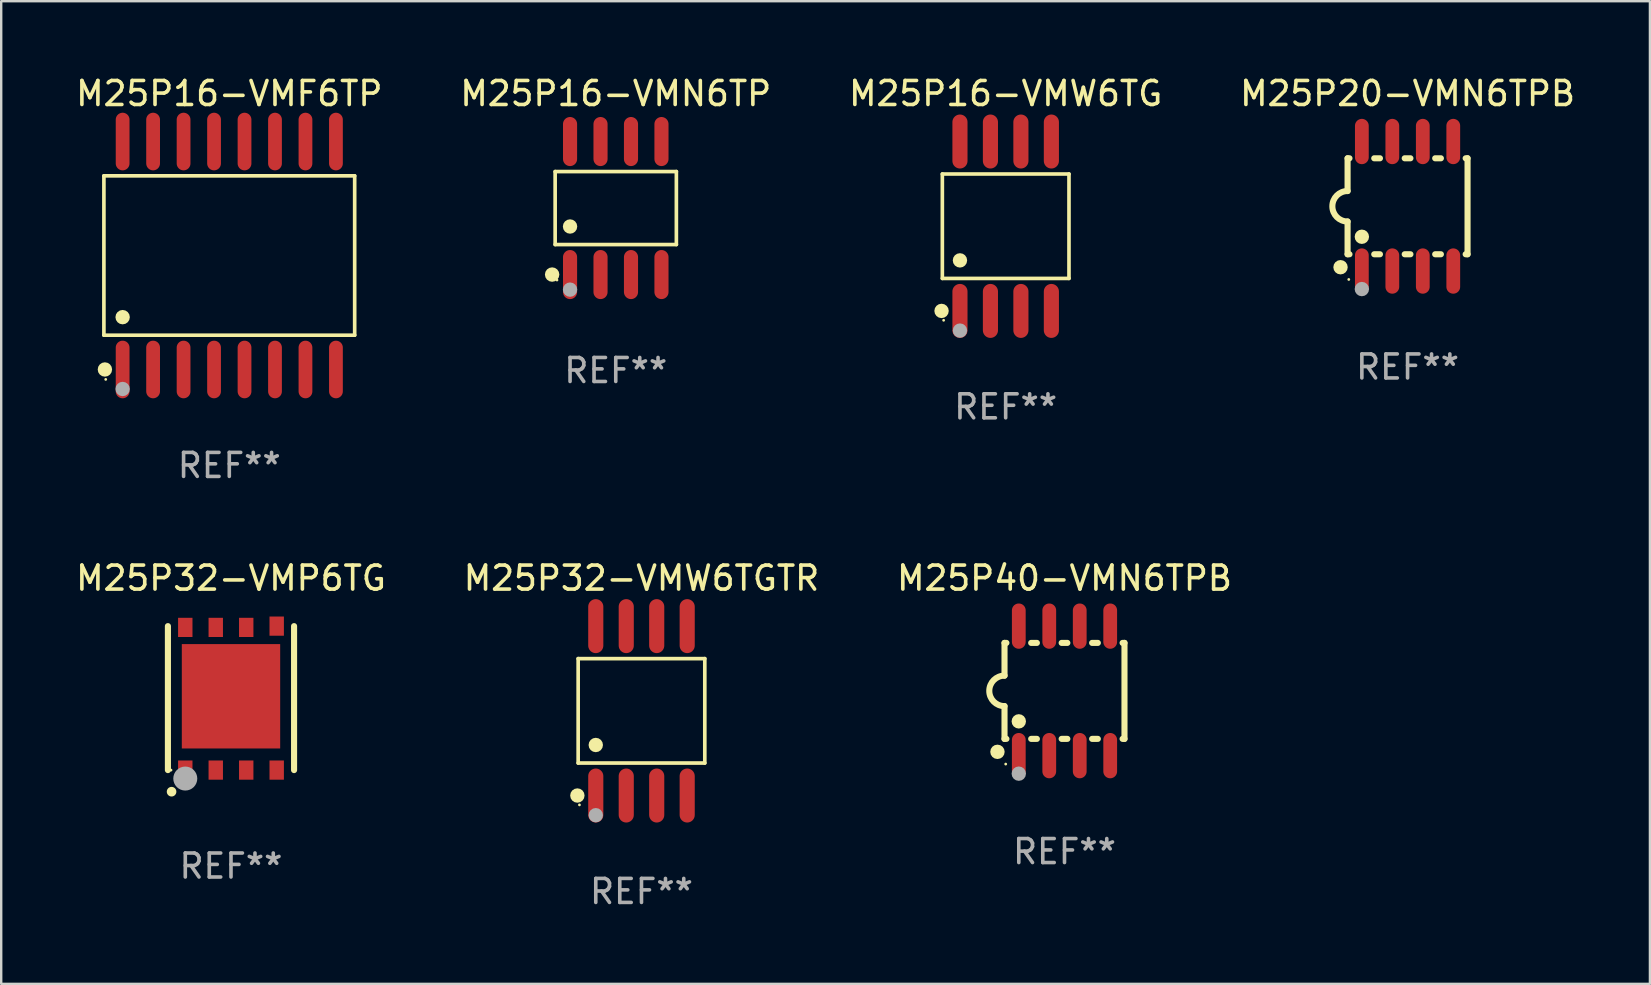
<source format=kicad_pcb>
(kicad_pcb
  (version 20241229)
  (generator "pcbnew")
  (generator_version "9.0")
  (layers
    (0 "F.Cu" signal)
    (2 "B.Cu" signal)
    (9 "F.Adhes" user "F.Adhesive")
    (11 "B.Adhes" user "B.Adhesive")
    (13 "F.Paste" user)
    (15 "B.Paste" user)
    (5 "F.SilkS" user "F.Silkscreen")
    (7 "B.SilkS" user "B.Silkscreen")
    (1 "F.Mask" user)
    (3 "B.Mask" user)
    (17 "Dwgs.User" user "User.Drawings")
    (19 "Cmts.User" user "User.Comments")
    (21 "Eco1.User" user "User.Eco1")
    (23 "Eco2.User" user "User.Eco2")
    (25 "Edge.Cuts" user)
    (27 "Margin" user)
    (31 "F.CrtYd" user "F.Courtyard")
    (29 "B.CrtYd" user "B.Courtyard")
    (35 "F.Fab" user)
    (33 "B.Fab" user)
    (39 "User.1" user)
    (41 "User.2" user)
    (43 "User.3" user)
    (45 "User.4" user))
  (footprint "M25P20-VMN6TPB"
    (layer "F.Cu")
    (at 55.613 5.547)
    (property "Reference" "M25P20-VMN6TPB" (at 0 -4.699 0) (layer "F.SilkS") (effects (font (size 1 1) (thickness 0.15))))
    (attr through_hole)
    (fp_line (start -2.5 -2) (end -2.5 -0.635) (stroke (width 0.254) (type solid)) (layer "F.SilkS"))
    (fp_line (start -2.5 -2) (end -2.421 -2) (stroke (width 0.254) (type solid)) (layer "F.SilkS"))
    (fp_line (start -2.5 2) (end -2.5 0.635) (stroke (width 0.254) (type solid)) (layer "F.SilkS"))
    (fp_line (start -2.5 2) (end -2.421 2) (stroke (width 0.254) (type solid)) (layer "F.SilkS"))
    (fp_line (start -1.389 -2) (end -1.151 -2) (stroke (width 0.254) (type solid)) (layer "F.SilkS"))
    (fp_line (start -1.389 2) (end -1.151 2) (stroke (width 0.254) (type solid)) (layer "F.SilkS"))
    (fp_line (start -0.119 -2) (end 0.119 -2) (stroke (width 0.254) (type solid)) (layer "F.SilkS"))
    (fp_line (start -0.119 2) (end 0.119 2) (stroke (width 0.254) (type solid)) (layer "F.SilkS"))
    (fp_line (start 1.151 -2) (end 1.389 -2) (stroke (width 0.254) (type solid)) (layer "F.SilkS"))
    (fp_line (start 1.151 2) (end 1.389 2) (stroke (width 0.254) (type solid)) (layer "F.SilkS"))
    (fp_line (start 2.421 -2) (end 2.5 -2) (stroke (width 0.254) (type solid)) (layer "F.SilkS"))
    (fp_line (start 2.421 2) (end 2.5 2) (stroke (width 0.254) (type solid)) (layer "F.SilkS"))
    (fp_line (start 2.5 -2) (end 2.5 2) (stroke (width 0.254) (type solid)) (layer "F.SilkS"))
    (fp_arc (start -2.5 0.635001) (mid -3.134366 -0.000318) (end -2.499365 -0.635001) (stroke (width 0.254001) (type solid)) (layer "F.SilkS"))
    (fp_circle (center -2.794 2.54) (end -2.644 2.54) (stroke (width 0.3) (type solid)) (fill no) (layer "F.SilkS"))
    (fp_circle (center -2.45 3.05) (end -2.42 3.05) (stroke (width 0.06) (type solid)) (fill no) (layer "F.SilkS"))
    (fp_circle (center -1.905 1.27) (end -1.755 1.27) (stroke (width 0.3) (type solid)) (fill no) (layer "F.SilkS"))
    (fp_circle (center -1.905 3.45) (end -1.755 3.45) (stroke (width 0.3) (type solid)) (fill no) (layer "F.Fab"))
    (fp_text user "REF**" (at 0 6.699 0) (layer "F.Fab") (effects (font (size 1 1) (thickness 0.15))))
    (pad "1" smd oval (at -1.905 2.699) (size 0.574 1.888) (layers "F.Cu" "F.Mask" "F.Paste"))
    (pad "2" smd oval (at -0.635 2.699) (size 0.574 1.888) (layers "F.Cu" "F.Mask" "F.Paste"))
    (pad "3" smd oval (at 0.635 2.699) (size 0.574 1.888) (layers "F.Cu" "F.Mask" "F.Paste"))
    (pad "4" smd oval (at 1.905 2.699) (size 0.574 1.888) (layers "F.Cu" "F.Mask" "F.Paste"))
    (pad "5" smd oval (at 1.905 -2.699) (size 0.574 1.888) (layers "F.Cu" "F.Mask" "F.Paste"))
    (pad "6" smd oval (at 0.635 -2.699) (size 0.574 1.888) (layers "F.Cu" "F.Mask" "F.Paste"))
    (pad "7" smd oval (at -0.635 -2.699) (size 0.574 1.888) (layers "F.Cu" "F.Mask" "F.Paste"))
    (pad "8" smd oval (at -1.905 -2.699) (size 0.574 1.888) (layers "F.Cu" "F.Mask" "F.Paste")))
  (footprint "M25P16-VMF6TP"
    (layer "F.Cu")
    (at 6.506 7.599)
    (property "Reference" "M25P16-VMF6TP" (at 0 -6.75 0) (layer "F.SilkS") (effects (font (size 1 1) (thickness 0.15))))
    (attr through_hole)
    (fp_line (start -5.226 -3.321) (end 5.226 -3.321) (stroke (width 0.152) (type solid)) (layer "F.SilkS"))
    (fp_line (start -5.226 3.321) (end -5.226 -3.321) (stroke (width 0.152) (type solid)) (layer "F.SilkS"))
    (fp_line (start 5.226 -3.321) (end 5.226 3.321) (stroke (width 0.152) (type solid)) (layer "F.SilkS"))
    (fp_line (start 5.226 3.321) (end -5.226 3.321) (stroke (width 0.152) (type solid)) (layer "F.SilkS"))
    (fp_circle (center -5.184 4.75) (end -5.034 4.75) (stroke (width 0.3) (type solid)) (fill no) (layer "F.SilkS"))
    (fp_circle (center -5.15 5.163) (end -5.12 5.163) (stroke (width 0.06) (type solid)) (fill no) (layer "F.SilkS"))
    (fp_circle (center -4.445 2.569) (end -4.295 2.569) (stroke (width 0.3) (type solid)) (fill no) (layer "F.SilkS"))
    (fp_circle (center -4.445 5.563) (end -4.295 5.563) (stroke (width 0.3) (type solid)) (fill no) (layer "F.Fab"))
    (fp_text user "REF**" (at 0 8.75 0) (layer "F.Fab") (effects (font (size 1 1) (thickness 0.15))))
    (pad "1" smd oval (at -4.445 4.75) (size 0.574 2.401) (layers "F.Cu" "F.Mask" "F.Paste"))
    (pad "2" smd oval (at -3.175 4.75) (size 0.574 2.401) (layers "F.Cu" "F.Mask" "F.Paste"))
    (pad "3" smd oval (at -1.905 4.75) (size 0.574 2.401) (layers "F.Cu" "F.Mask" "F.Paste"))
    (pad "4" smd oval (at -0.635 4.75) (size 0.574 2.401) (layers "F.Cu" "F.Mask" "F.Paste"))
    (pad "5" smd oval (at 0.635 4.75) (size 0.574 2.401) (layers "F.Cu" "F.Mask" "F.Paste"))
    (pad "6" smd oval (at 1.905 4.75) (size 0.574 2.401) (layers "F.Cu" "F.Mask" "F.Paste"))
    (pad "7" smd oval (at 3.175 4.75) (size 0.574 2.401) (layers "F.Cu" "F.Mask" "F.Paste"))
    (pad "8" smd oval (at 4.445 4.75) (size 0.574 2.401) (layers "F.Cu" "F.Mask" "F.Paste"))
    (pad "9" smd oval (at 4.445 -4.75) (size 0.574 2.401) (layers "F.Cu" "F.Mask" "F.Paste"))
    (pad "10" smd oval (at 3.175 -4.75) (size 0.574 2.401) (layers "F.Cu" "F.Mask" "F.Paste"))
    (pad "11" smd oval (at 1.905 -4.75) (size 0.574 2.401) (layers "F.Cu" "F.Mask" "F.Paste"))
    (pad "12" smd oval (at 0.635 -4.75) (size 0.574 2.401) (layers "F.Cu" "F.Mask" "F.Paste"))
    (pad "13" smd oval (at -0.635 -4.75) (size 0.574 2.401) (layers "F.Cu" "F.Mask" "F.Paste"))
    (pad "14" smd oval (at -1.905 -4.75) (size 0.574 2.401) (layers "F.Cu" "F.Mask" "F.Paste"))
    (pad "15" smd oval (at -3.175 -4.75) (size 0.574 2.401) (layers "F.Cu" "F.Mask" "F.Paste"))
    (pad "16" smd oval (at -4.445 -4.75) (size 0.574 2.401) (layers "F.Cu" "F.Mask" "F.Paste")))
  (footprint "M25P32-VMW6TGTR"
    (layer "F.Cu")
    (at 23.685 26.575)
    (property "Reference" "M25P32-VMW6TGTR" (at 0 -5.53 0) (layer "F.SilkS") (effects (font (size 1 1) (thickness 0.15))))
    (attr through_hole)
    (fp_line (start -2.639 -2.176) (end 2.639 -2.176) (stroke (width 0.152) (type solid)) (layer "F.SilkS"))
    (fp_line (start -2.639 2.176) (end -2.639 -2.176) (stroke (width 0.152) (type solid)) (layer "F.SilkS"))
    (fp_line (start 2.639 -2.176) (end 2.639 2.176) (stroke (width 0.152) (type solid)) (layer "F.SilkS"))
    (fp_line (start 2.639 2.176) (end -2.639 2.176) (stroke (width 0.152) (type solid)) (layer "F.SilkS"))
    (fp_circle (center -2.672 3.53) (end -2.522 3.53) (stroke (width 0.3) (type solid)) (fill no) (layer "F.SilkS"))
    (fp_circle (center -2.585 3.92) (end -2.555 3.92) (stroke (width 0.06) (type solid)) (fill no) (layer "F.SilkS"))
    (fp_circle (center -1.905 1.424) (end -1.755 1.424) (stroke (width 0.3) (type solid)) (fill no) (layer "F.SilkS"))
    (fp_circle (center -1.905 4.35) (end -1.755 4.35) (stroke (width 0.3) (type solid)) (fill no) (layer "F.Fab"))
    (fp_text user "REF**" (at 0 7.53 0) (layer "F.Fab") (effects (font (size 1 1) (thickness 0.15))))
    (pad "1" smd oval (at -1.905 3.53) (size 0.63 2.25) (layers "F.Cu" "F.Mask" "F.Paste"))
    (pad "2" smd oval (at -0.635 3.53) (size 0.63 2.25) (layers "F.Cu" "F.Mask" "F.Paste"))
    (pad "3" smd oval (at 0.635 3.53) (size 0.63 2.25) (layers "F.Cu" "F.Mask" "F.Paste"))
    (pad "4" smd oval (at 1.905 3.53) (size 0.63 2.25) (layers "F.Cu" "F.Mask" "F.Paste"))
    (pad "5" smd oval (at 1.905 -3.53) (size 0.63 2.25) (layers "F.Cu" "F.Mask" "F.Paste"))
    (pad "6" smd oval (at 0.635 -3.53) (size 0.63 2.25) (layers "F.Cu" "F.Mask" "F.Paste"))
    (pad "7" smd oval (at -0.635 -3.53) (size 0.63 2.25) (layers "F.Cu" "F.Mask" "F.Paste"))
    (pad "8" smd oval (at -1.905 -3.53) (size 0.63 2.25) (layers "F.Cu" "F.Mask" "F.Paste")))
  (footprint "M25P16-VMW6TG"
    (layer "F.Cu")
    (at 38.863 6.378)
    (property "Reference" "M25P16-VMW6TG" (at 0 -5.53 0) (layer "F.SilkS") (effects (font (size 1 1) (thickness 0.15))))
    (attr through_hole)
    (fp_line (start -2.639 -2.176) (end 2.639 -2.176) (stroke (width 0.152) (type solid)) (layer "F.SilkS"))
    (fp_line (start -2.639 2.176) (end -2.639 -2.176) (stroke (width 0.152) (type solid)) (layer "F.SilkS"))
    (fp_line (start 2.639 -2.176) (end 2.639 2.176) (stroke (width 0.152) (type solid)) (layer "F.SilkS"))
    (fp_line (start 2.639 2.176) (end -2.639 2.176) (stroke (width 0.152) (type solid)) (layer "F.SilkS"))
    (fp_circle (center -2.672 3.53) (end -2.522 3.53) (stroke (width 0.3) (type solid)) (fill no) (layer "F.SilkS"))
    (fp_circle (center -2.585 3.92) (end -2.555 3.92) (stroke (width 0.06) (type solid)) (fill no) (layer "F.SilkS"))
    (fp_circle (center -1.905 1.424) (end -1.755 1.424) (stroke (width 0.3) (type solid)) (fill no) (layer "F.SilkS"))
    (fp_circle (center -1.905 4.35) (end -1.755 4.35) (stroke (width 0.3) (type solid)) (fill no) (layer "F.Fab"))
    (fp_text user "REF**" (at 0 7.53 0) (layer "F.Fab") (effects (font (size 1 1) (thickness 0.15))))
    (pad "1" smd oval (at -1.905 3.53) (size 0.63 2.25) (layers "F.Cu" "F.Mask" "F.Paste"))
    (pad "2" smd oval (at -0.635 3.53) (size 0.63 2.25) (layers "F.Cu" "F.Mask" "F.Paste"))
    (pad "3" smd oval (at 0.635 3.53) (size 0.63 2.25) (layers "F.Cu" "F.Mask" "F.Paste"))
    (pad "4" smd oval (at 1.905 3.53) (size 0.63 2.25) (layers "F.Cu" "F.Mask" "F.Paste"))
    (pad "5" smd oval (at 1.905 -3.53) (size 0.63 2.25) (layers "F.Cu" "F.Mask" "F.Paste"))
    (pad "6" smd oval (at 0.635 -3.53) (size 0.63 2.25) (layers "F.Cu" "F.Mask" "F.Paste"))
    (pad "7" smd oval (at -0.635 -3.53) (size 0.63 2.25) (layers "F.Cu" "F.Mask" "F.Paste"))
    (pad "8" smd oval (at -1.905 -3.53) (size 0.63 2.25) (layers "F.Cu" "F.Mask" "F.Paste")))
  (footprint "M25P16-VMN6TP"
    (layer "F.Cu")
    (at 22.613 5.621)
    (property "Reference" "M25P16-VMN6TP" (at 0 -4.772 0) (layer "F.SilkS") (effects (font (size 1 1) (thickness 0.15))))
    (attr through_hole)
    (fp_line (start -2.526 -1.521) (end 2.526 -1.521) (stroke (width 0.152) (type solid)) (layer "F.SilkS"))
    (fp_line (start -2.526 1.521) (end -2.526 -1.521) (stroke (width 0.152) (type solid)) (layer "F.SilkS"))
    (fp_line (start 2.526 -1.521) (end 2.526 1.521) (stroke (width 0.152) (type solid)) (layer "F.SilkS"))
    (fp_line (start 2.526 1.521) (end -2.526 1.521) (stroke (width 0.152) (type solid)) (layer "F.SilkS"))
    (fp_circle (center -2.652 2.772) (end -2.501 2.772) (stroke (width 0.3) (type solid)) (fill no) (layer "F.SilkS"))
    (fp_circle (center -2.45 3) (end -2.42 3) (stroke (width 0.06) (type solid)) (fill no) (layer "F.SilkS"))
    (fp_circle (center -1.905 0.769) (end -1.755 0.769) (stroke (width 0.3) (type solid)) (fill no) (layer "F.SilkS"))
    (fp_circle (center -1.905 3.4) (end -1.755 3.4) (stroke (width 0.3) (type solid)) (fill no) (layer "F.Fab"))
    (fp_text user "REF**" (at 0 6.772 0) (layer "F.Fab") (effects (font (size 1 1) (thickness 0.15))))
    (pad "1" smd oval (at -1.905 2.772) (size 0.588 2.045) (layers "F.Cu" "F.Mask" "F.Paste"))
    (pad "2" smd oval (at -0.635 2.772) (size 0.588 2.045) (layers "F.Cu" "F.Mask" "F.Paste"))
    (pad "3" smd oval (at 0.635 2.772) (size 0.588 2.045) (layers "F.Cu" "F.Mask" "F.Paste"))
    (pad "4" smd oval (at 1.905 2.772) (size 0.588 2.045) (layers "F.Cu" "F.Mask" "F.Paste"))
    (pad "5" smd oval (at 1.905 -2.772) (size 0.588 2.045) (layers "F.Cu" "F.Mask" "F.Paste"))
    (pad "6" smd oval (at 0.635 -2.772) (size 0.588 2.045) (layers "F.Cu" "F.Mask" "F.Paste"))
    (pad "7" smd oval (at -0.635 -2.772) (size 0.588 2.045) (layers "F.Cu" "F.Mask" "F.Paste"))
    (pad "8" smd oval (at -1.905 -2.772) (size 0.588 2.045) (layers "F.Cu" "F.Mask" "F.Paste")))
  (footprint "M25P40-VMN6TPB"
    (layer "F.Cu")
    (at 41.315 25.744)
    (property "Reference" "M25P40-VMN6TPB" (at 0 -4.699 0) (layer "F.SilkS") (effects (font (size 1 1) (thickness 0.15))))
    (attr through_hole)
    (fp_line (start -2.5 -2) (end -2.5 -0.635) (stroke (width 0.254) (type solid)) (layer "F.SilkS"))
    (fp_line (start -2.5 -2) (end -2.421 -2) (stroke (width 0.254) (type solid)) (layer "F.SilkS"))
    (fp_line (start -2.5 2) (end -2.5 0.635) (stroke (width 0.254) (type solid)) (layer "F.SilkS"))
    (fp_line (start -2.5 2) (end -2.421 2) (stroke (width 0.254) (type solid)) (layer "F.SilkS"))
    (fp_line (start -1.389 -2) (end -1.151 -2) (stroke (width 0.254) (type solid)) (layer "F.SilkS"))
    (fp_line (start -1.389 2) (end -1.151 2) (stroke (width 0.254) (type solid)) (layer "F.SilkS"))
    (fp_line (start -0.119 -2) (end 0.119 -2) (stroke (width 0.254) (type solid)) (layer "F.SilkS"))
    (fp_line (start -0.119 2) (end 0.119 2) (stroke (width 0.254) (type solid)) (layer "F.SilkS"))
    (fp_line (start 1.151 -2) (end 1.389 -2) (stroke (width 0.254) (type solid)) (layer "F.SilkS"))
    (fp_line (start 1.151 2) (end 1.389 2) (stroke (width 0.254) (type solid)) (layer "F.SilkS"))
    (fp_line (start 2.421 -2) (end 2.5 -2) (stroke (width 0.254) (type solid)) (layer "F.SilkS"))
    (fp_line (start 2.421 2) (end 2.5 2) (stroke (width 0.254) (type solid)) (layer "F.SilkS"))
    (fp_line (start 2.5 -2) (end 2.5 2) (stroke (width 0.254) (type solid)) (layer "F.SilkS"))
    (fp_arc (start -2.5 0.635001) (mid -3.134366 -0.000318) (end -2.499365 -0.635001) (stroke (width 0.254001) (type solid)) (layer "F.SilkS"))
    (fp_circle (center -2.794 2.54) (end -2.644 2.54) (stroke (width 0.3) (type solid)) (fill no) (layer "F.SilkS"))
    (fp_circle (center -2.45 3.05) (end -2.42 3.05) (stroke (width 0.06) (type solid)) (fill no) (layer "F.SilkS"))
    (fp_circle (center -1.905 1.27) (end -1.755 1.27) (stroke (width 0.3) (type solid)) (fill no) (layer "F.SilkS"))
    (fp_circle (center -1.905 3.45) (end -1.755 3.45) (stroke (width 0.3) (type solid)) (fill no) (layer "F.Fab"))
    (fp_text user "REF**" (at 0 6.699 0) (layer "F.Fab") (effects (font (size 1 1) (thickness 0.15))))
    (pad "1" smd oval (at -1.905 2.699) (size 0.574 1.888) (layers "F.Cu" "F.Mask" "F.Paste"))
    (pad "2" smd oval (at -0.635 2.699) (size 0.574 1.888) (layers "F.Cu" "F.Mask" "F.Paste"))
    (pad "3" smd oval (at 0.635 2.699) (size 0.574 1.888) (layers "F.Cu" "F.Mask" "F.Paste"))
    (pad "4" smd oval (at 1.905 2.699) (size 0.574 1.888) (layers "F.Cu" "F.Mask" "F.Paste"))
    (pad "5" smd oval (at 1.905 -2.699) (size 0.574 1.888) (layers "F.Cu" "F.Mask" "F.Paste"))
    (pad "6" smd oval (at 0.635 -2.699) (size 0.574 1.888) (layers "F.Cu" "F.Mask" "F.Paste"))
    (pad "7" smd oval (at -0.635 -2.699) (size 0.574 1.888) (layers "F.Cu" "F.Mask" "F.Paste"))
    (pad "8" smd oval (at -1.905 -2.699) (size 0.574 1.888) (layers "F.Cu" "F.Mask" "F.Paste")))
  (footprint "M25P32-VMP6TG"
    (layer "F.Cu")
    (at 6.577 26.045)
    (property "Reference" "M25P32-VMP6TG" (at 0 -5 0) (layer "F.SilkS") (effects (font (size 1 1) (thickness 0.15))))
    (attr through_hole)
    (fp_line (start -2.629 3) (end -2.629 -3) (stroke (width 0.254) (type solid)) (layer "F.SilkS"))
    (fp_line (start 2.629 3) (end 2.629 -3) (stroke (width 0.254) (type solid)) (layer "F.SilkS"))
    (fp_arc (start -2.476505 3.901473) (mid -2.476511 3.900203) (end -2.476505 3.898933) (stroke (width 0.398781) (type solid)) (layer "F.SilkS"))
    (fp_circle (center -2.5 3) (end -2.47 3) (stroke (width 0.06) (type solid)) (fill no) (layer "F.SilkS"))
    (fp_circle (center -1.905 3.353) (end -1.655 3.353) (stroke (width 0.5) (type solid)) (fill no) (layer "F.Fab"))
    (fp_text user "REF**" (at 0 7 0) (layer "F.Fab") (effects (font (size 1 1) (thickness 0.15))))
    (pad "1" smd rect (at -1.905 3) (size 0.6 0.8) (layers "F.Cu" "F.Mask" "F.Paste"))
    (pad "2" smd rect (at -0.635 3) (size 0.6 0.8) (layers "F.Cu" "F.Mask" "F.Paste"))
    (pad "3" smd rect (at 0.635 3) (size 0.6 0.8) (layers "F.Cu" "F.Mask" "F.Paste"))
    (pad "4" smd rect (at 1.905 3) (size 0.6 0.8) (layers "F.Cu" "F.Mask" "F.Paste"))
    (pad "5" smd rect (at 1.905 -3) (size 0.6 0.8) (layers "F.Cu" "F.Mask" "F.Paste"))
    (pad "6" smd rect (at 0.635 -2.947) (size 0.6 0.8) (layers "F.Cu" "F.Mask" "F.Paste"))
    (pad "7" smd rect (at -0.635 -2.947) (size 0.6 0.8) (layers "F.Cu" "F.Mask" "F.Paste"))
    (pad "8" smd rect (at -1.905 -2.947) (size 0.6 0.8) (layers "F.Cu" "F.Mask" "F.Paste"))
    (pad "9" smd rect (at -0.000025 -0.076) (size 4.1 4.35) (layers "F.Cu" "F.Mask" "F.Paste")))
  (gr_rect
    (start -3 -3)
    (end 65.714 37.954)
    (stroke (width 0.1) (type default))
    (fill no)
    (layer "Edge.Cuts")))
</source>
